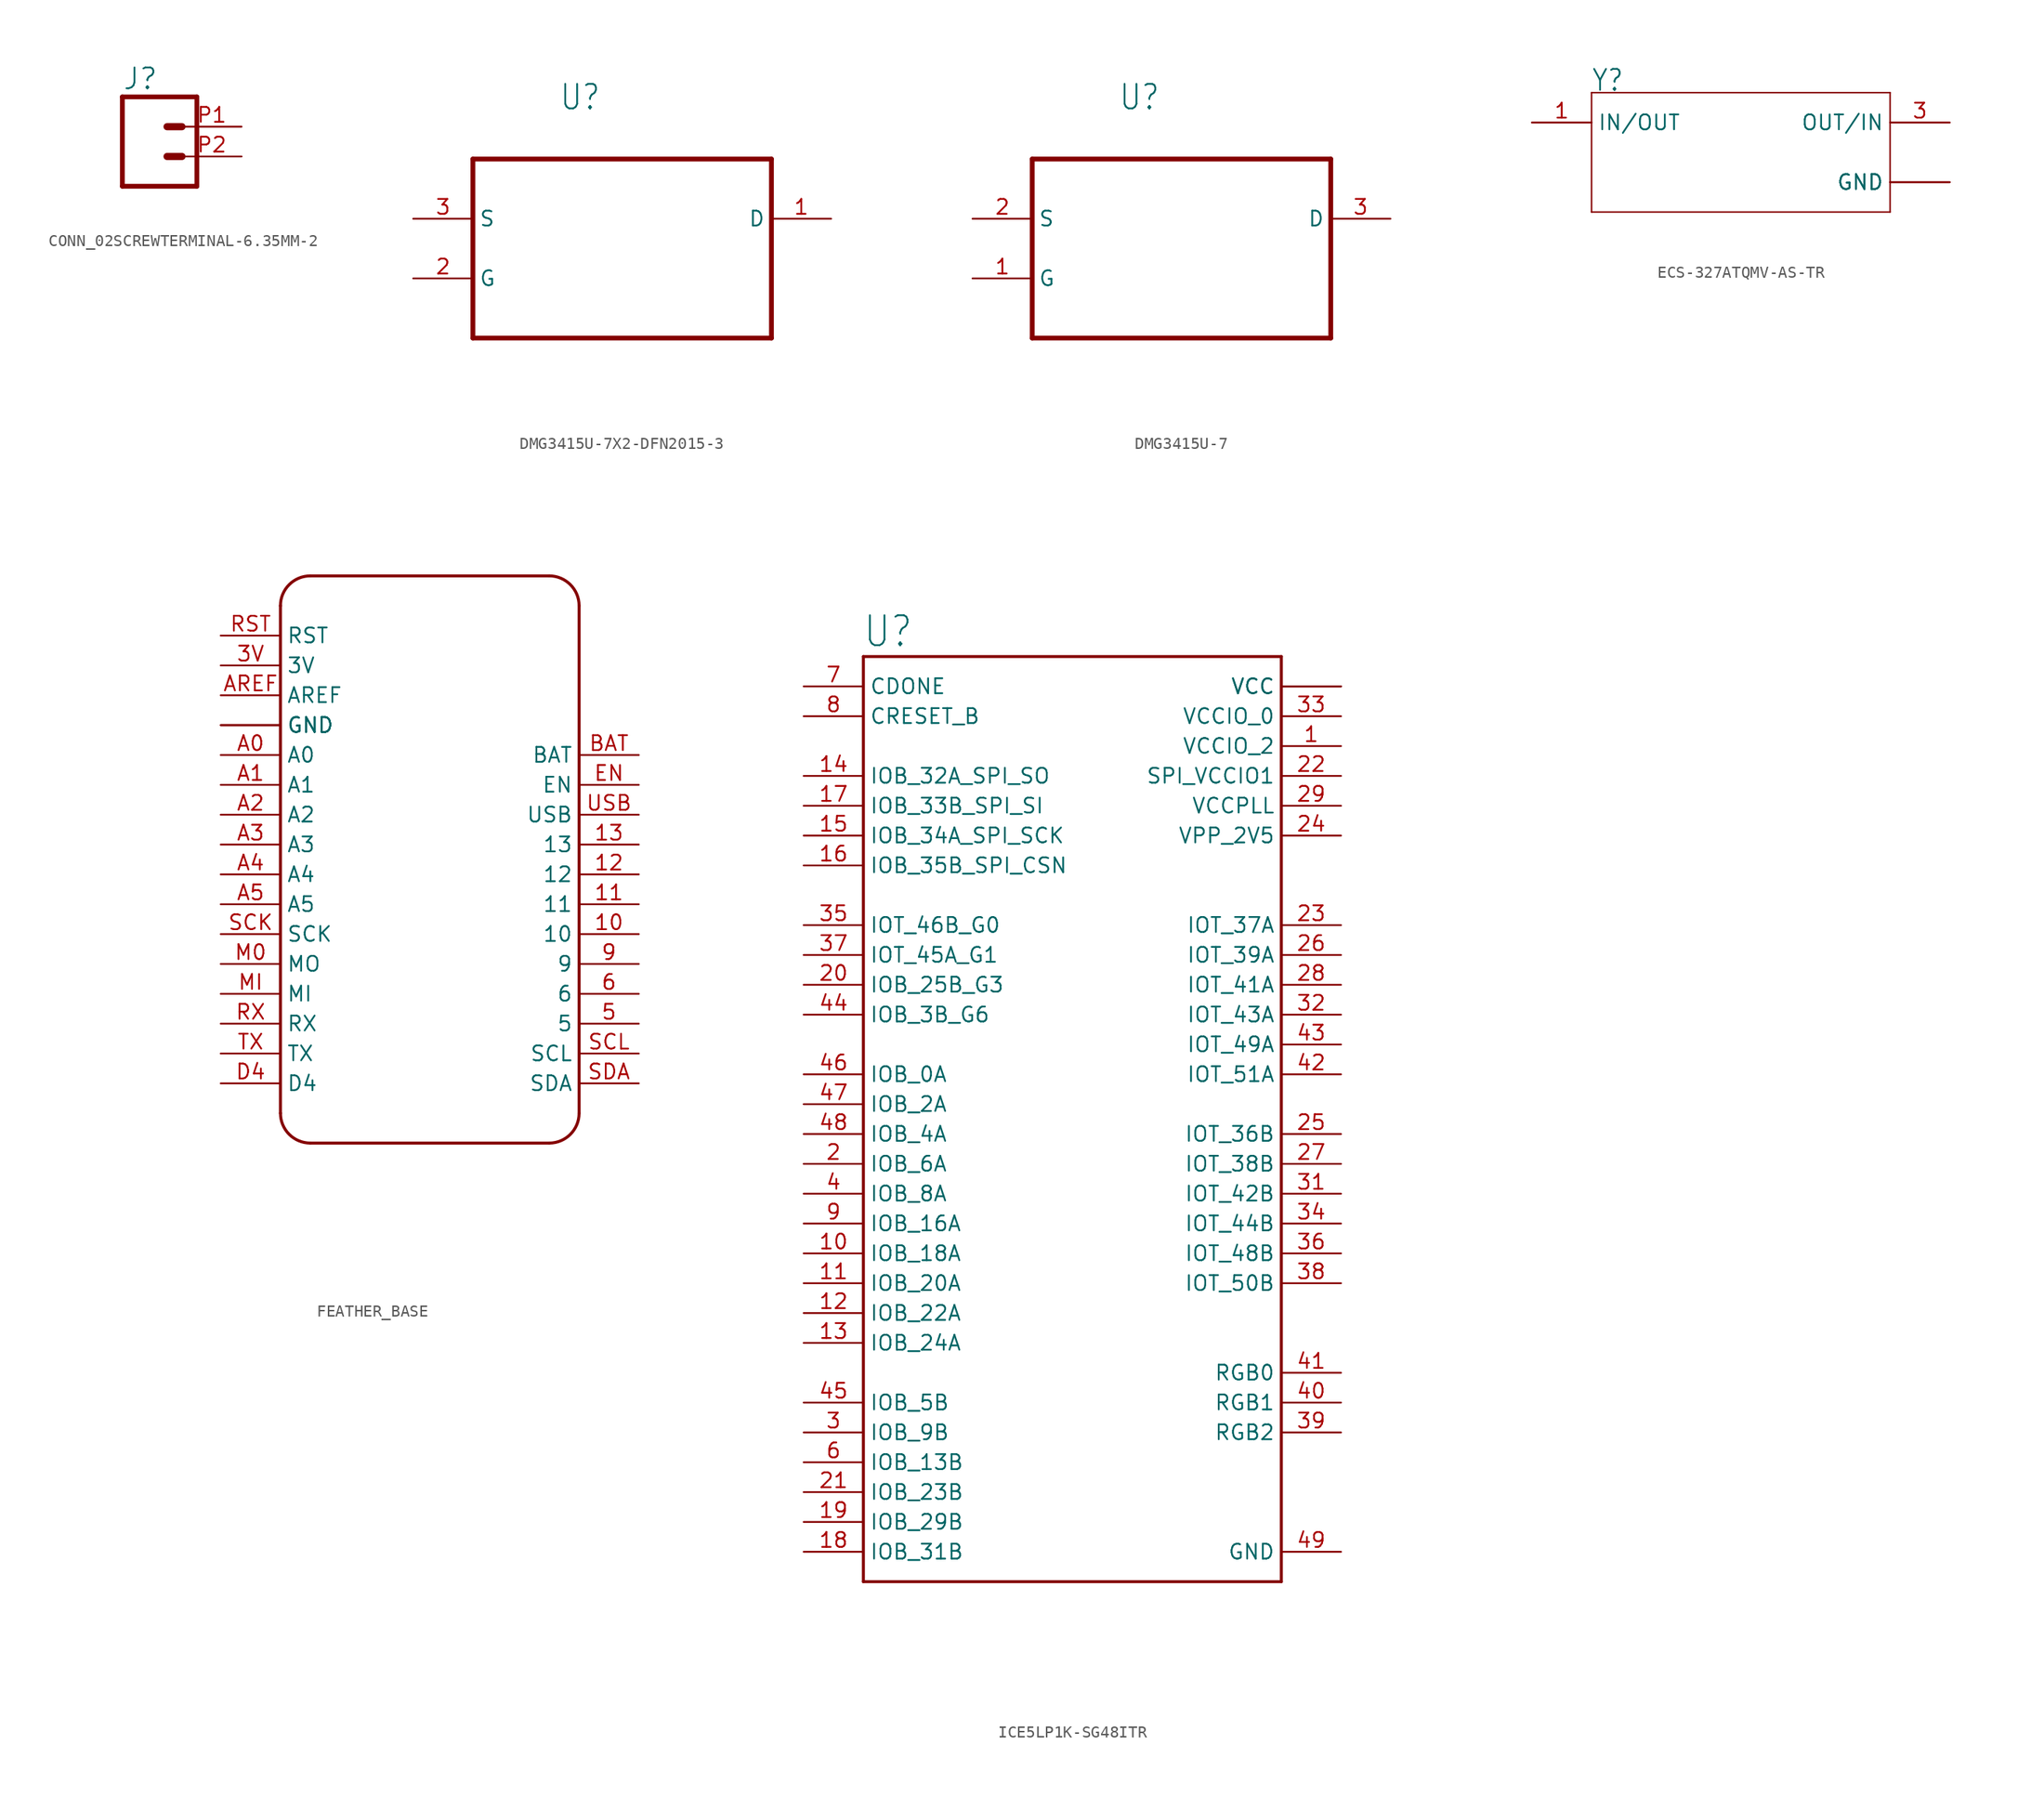
<source format=kicad_sym>
(kicad_symbol_lib
  (version 20231120)
  (generator "kicad_symbol_editor")
  (generator_version "8.0")
  (symbol "CONN_02SCREWTERMINAL-6.35MM-2"
    (property "Reference" "J"
      (at -2.54 5.588 0)
      (effects (font (size 1.778 1.778)) (justify left bottom)))
    (property "Value" ""
      (at -2.54 -4.826 0)
      (effects (font (size 1.778 1.778)) (justify left bottom)))
    (property "ki_locked" ""
      (at 0 0 0)
      (effects (font (size 1.27 1.27))))
    (symbol "CONN_02SCREWTERMINAL-6.35MM-2_1_0"
      (polyline (pts (xy -2.54 5.08) (xy -2.54 -2.54)) (stroke (width 0.406) (type solid)) (fill (type none)))
      (polyline (pts (xy -2.54 5.08) (xy 3.81 5.08)) (stroke (width 0.406) (type solid)) (fill (type none)))
      (polyline (pts (xy 1.27 0) (xy 2.54 0)) (stroke (width 0.61) (type solid)) (fill (type none)))
      (polyline (pts (xy 1.27 2.54) (xy 2.54 2.54)) (stroke (width 0.61) (type solid)) (fill (type none)))
      (polyline (pts (xy 3.81 -2.54) (xy -2.54 -2.54)) (stroke (width 0.406) (type solid)) (fill (type none)))
      (polyline (pts (xy 3.81 -2.54) (xy 3.81 5.08)) (stroke (width 0.406) (type solid)) (fill (type none)))
      (pin passive line (at 7.62 2.54 180) (length 5.08) (name "2" (effects (font (size 0 0)))) (number "P1" (effects (font (size 1.27 1.27)))))
      (pin passive line (at 7.62 0 180) (length 5.08) (name "1" (effects (font (size 0 0)))) (number "P2" (effects (font (size 1.27 1.27)))))))
  (symbol "DMG3415U-7X2-DFN2015-3"
    (property "Reference" "U"
      (at -5.366 9.129 0)
      (effects (font (size 2.085 1.772)) (justify left bottom)))
    (property "Value" ""
      (at -4.041 -15.327 0)
      (effects (font (size 2.084 1.772)) (justify left bottom)))
    (property "ki_locked" ""
      (at 0 0 0)
      (effects (font (size 1.27 1.27))))
    (symbol "DMG3415U-7X2-DFN2015-3_1_0"
      (polyline (pts (xy -12.7 -10.16) (xy 12.7 -10.16)) (stroke (width 0.406) (type solid)) (fill (type none)))
      (polyline (pts (xy -12.7 5.08) (xy -12.7 -10.16)) (stroke (width 0.406) (type solid)) (fill (type none)))
      (polyline (pts (xy 12.7 -10.16) (xy 12.7 5.08)) (stroke (width 0.406) (type solid)) (fill (type none)))
      (polyline (pts (xy 12.7 5.08) (xy -12.7 5.08)) (stroke (width 0.406) (type solid)) (fill (type none)))
      (pin output line (at 17.78 0 180) (length 5.08) (name "D" (effects (font (size 1.27 1.27)))) (number "1" (effects (font (size 1.27 1.27)))))
      (pin power_in line (at -17.78 -5.08 0) (length 5.08) (name "G" (effects (font (size 1.27 1.27)))) (number "2" (effects (font (size 1.27 1.27)))))
      (pin passive line (at -17.78 0 0) (length 5.08) (name "S" (effects (font (size 1.27 1.27)))) (number "3" (effects (font (size 1.27 1.27)))))))
  (symbol "DMG3415U-7"
    (property "Reference" "U"
      (at -5.366 9.129 0)
      (effects (font (size 2.085 1.772)) (justify left bottom)))
    (property "Value" ""
      (at -4.041 -15.327 0)
      (effects (font (size 2.084 1.772)) (justify left bottom)))
    (property "ki_locked" ""
      (at 0 0 0)
      (effects (font (size 1.27 1.27))))
    (symbol "DMG3415U-7_1_0"
      (polyline (pts (xy -12.7 -10.16) (xy 12.7 -10.16)) (stroke (width 0.406) (type solid)) (fill (type none)))
      (polyline (pts (xy -12.7 5.08) (xy -12.7 -10.16)) (stroke (width 0.406) (type solid)) (fill (type none)))
      (polyline (pts (xy 12.7 -10.16) (xy 12.7 5.08)) (stroke (width 0.406) (type solid)) (fill (type none)))
      (polyline (pts (xy 12.7 5.08) (xy -12.7 5.08)) (stroke (width 0.406) (type solid)) (fill (type none)))
      (pin power_in line (at -17.78 -5.08 0) (length 5.08) (name "G" (effects (font (size 1.27 1.27)))) (number "1" (effects (font (size 1.27 1.27)))))
      (pin passive line (at -17.78 0 0) (length 5.08) (name "S" (effects (font (size 1.27 1.27)))) (number "2" (effects (font (size 1.27 1.27)))))
      (pin output line (at 17.78 0 180) (length 5.08) (name "D" (effects (font (size 1.27 1.27)))) (number "3" (effects (font (size 1.27 1.27)))))))
  (symbol "ECS-327ATQMV-AS-TR"
    (property "Reference" "Y"
      (at -12.728 5.091 0)
      (effects (font (size 1.788 1.52)) (justify left bottom)))
    (property "Value" ""
      (at -12.72 -7.632 0)
      (effects (font (size 1.783 1.515)) (justify left bottom)))
    (property "ki_locked" ""
      (at 0 0 0)
      (effects (font (size 1.27 1.27))))
    (symbol "ECS-327ATQMV-AS-TR_1_0"
      (polyline (pts (xy -12.7 -5.08) (xy 12.7 -5.08)) (stroke (width 0.127) (type solid)) (fill (type none)))
      (polyline (pts (xy -12.7 5.08) (xy -12.7 -5.08)) (stroke (width 0.127) (type solid)) (fill (type none)))
      (polyline (pts (xy 12.7 -5.08) (xy 12.7 5.08)) (stroke (width 0.127) (type solid)) (fill (type none)))
      (polyline (pts (xy 12.7 5.08) (xy -12.7 5.08)) (stroke (width 0.127) (type solid)) (fill (type none)))
      (pin bidirectional line (at -17.78 2.54 0) (length 5.08) (name "IN/OUT" (effects (font (size 1.27 1.27)))) (number "1" (effects (font (size 1.27 1.27)))))
      (pin power_in line (at 17.78 -2.54 180) (length 5.08) (name "GND" (effects (font (size 1.27 1.27)))) (number "2" (effects (font (size 0 0)))))
      (pin bidirectional line (at 17.78 2.54 180) (length 5.08) (name "OUT/IN" (effects (font (size 1.27 1.27)))) (number "3" (effects (font (size 1.27 1.27)))))
      (pin power_in line (at 17.78 -2.54 180) (length 5.08) (name "GND" (effects (font (size 1.27 1.27)))) (number "4" (effects (font (size 0 0)))))))
  (symbol "FEATHER_BASE"
    (property "Reference" ""
      (at -27.94 28.194 0)
      (effects (font (size 1.778 1.511)) (justify left bottom) (hide yes)))
    (property "Value" ""
      (at -27.94 -27.94 0)
      (effects (font (size 1.778 1.511)) (justify left bottom)))
    (property "ki_locked" ""
      (at 0 0 0)
      (effects (font (size 1.27 1.27))))
    (symbol "FEATHER_BASE_1_0"
      (arc (start -12.7 -17.78) (mid -11.9561 -19.5761) (end -10.16 -20.32) (stroke (width 0.254) (type solid)) (fill (type none)))
      (arc (start -10.16 27.94) (mid -11.9561 27.1961) (end -12.7 25.4) (stroke (width 0.254) (type solid)) (fill (type none)))
      (polyline (pts (xy -12.7 -17.78) (xy -12.7 25.4)) (stroke (width 0.254) (type solid)) (fill (type none)))
      (polyline (pts (xy -10.16 27.94) (xy 10.16 27.94)) (stroke (width 0.254) (type solid)) (fill (type none)))
      (polyline (pts (xy 10.16 -20.32) (xy -10.16 -20.32)) (stroke (width 0.254) (type solid)) (fill (type none)))
      (polyline (pts (xy 12.7 25.4) (xy 12.7 -17.78)) (stroke (width 0.254) (type solid)) (fill (type none)))
      (arc (start 10.16 -20.32) (mid 11.9561 -19.5761) (end 12.7 -17.78) (stroke (width 0.254) (type solid)) (fill (type none)))
      (arc (start 12.7 25.4) (mid 11.9561 27.1961) (end 10.16 27.94) (stroke (width 0.254) (type solid)) (fill (type none)))
      (pin bidirectional line (at 17.78 -2.54 180) (length 5.08) (name "10" (effects (font (size 1.27 1.27)))) (number "10" (effects (font (size 1.27 1.27)))))
      (pin bidirectional line (at 17.78 0 180) (length 5.08) (name "11" (effects (font (size 1.27 1.27)))) (number "11" (effects (font (size 1.27 1.27)))))
      (pin bidirectional line (at 17.78 2.54 180) (length 5.08) (name "12" (effects (font (size 1.27 1.27)))) (number "12" (effects (font (size 1.27 1.27)))))
      (pin bidirectional line (at 17.78 5.08 180) (length 5.08) (name "13" (effects (font (size 1.27 1.27)))) (number "13" (effects (font (size 1.27 1.27)))))
      (pin bidirectional line (at -17.78 20.32 0) (length 5.08) (name "3V" (effects (font (size 1.27 1.27)))) (number "3V" (effects (font (size 1.27 1.27)))))
      (pin bidirectional line (at 17.78 -10.16 180) (length 5.08) (name "5" (effects (font (size 1.27 1.27)))) (number "5" (effects (font (size 1.27 1.27)))))
      (pin bidirectional line (at 17.78 -7.62 180) (length 5.08) (name "6" (effects (font (size 1.27 1.27)))) (number "6" (effects (font (size 1.27 1.27)))))
      (pin bidirectional line (at 17.78 -5.08 180) (length 5.08) (name "9" (effects (font (size 1.27 1.27)))) (number "9" (effects (font (size 1.27 1.27)))))
      (pin bidirectional line (at -17.78 12.7 0) (length 5.08) (name "A0" (effects (font (size 1.27 1.27)))) (number "A0" (effects (font (size 1.27 1.27)))))
      (pin bidirectional line (at -17.78 10.16 0) (length 5.08) (name "A1" (effects (font (size 1.27 1.27)))) (number "A1" (effects (font (size 1.27 1.27)))))
      (pin bidirectional line (at -17.78 7.62 0) (length 5.08) (name "A2" (effects (font (size 1.27 1.27)))) (number "A2" (effects (font (size 1.27 1.27)))))
      (pin bidirectional line (at -17.78 5.08 0) (length 5.08) (name "A3" (effects (font (size 1.27 1.27)))) (number "A3" (effects (font (size 1.27 1.27)))))
      (pin bidirectional line (at -17.78 2.54 0) (length 5.08) (name "A4" (effects (font (size 1.27 1.27)))) (number "A4" (effects (font (size 1.27 1.27)))))
      (pin bidirectional line (at -17.78 0 0) (length 5.08) (name "A5" (effects (font (size 1.27 1.27)))) (number "A5" (effects (font (size 1.27 1.27)))))
      (pin bidirectional line (at -17.78 17.78 0) (length 5.08) (name "AREF" (effects (font (size 1.27 1.27)))) (number "AREF" (effects (font (size 1.27 1.27)))))
      (pin bidirectional line (at 17.78 12.7 180) (length 5.08) (name "BAT" (effects (font (size 1.27 1.27)))) (number "BAT" (effects (font (size 1.27 1.27)))))
      (pin bidirectional line (at -17.78 -15.24 0) (length 5.08) (name "D4" (effects (font (size 1.27 1.27)))) (number "D4" (effects (font (size 1.27 1.27)))))
      (pin bidirectional line (at 17.78 10.16 180) (length 5.08) (name "EN" (effects (font (size 1.27 1.27)))) (number "EN" (effects (font (size 1.27 1.27)))))
      (pin bidirectional line (at -17.78 15.24 0) (length 5.08) (name "GND" (effects (font (size 1.27 1.27)))) (number "GND" (effects (font (size 0 0)))))
      (pin bidirectional line (at -17.78 -5.08 0) (length 5.08) (name "MO" (effects (font (size 1.27 1.27)))) (number "M0" (effects (font (size 1.27 1.27)))))
      (pin bidirectional line (at -17.78 -7.62 0) (length 5.08) (name "MI" (effects (font (size 1.27 1.27)))) (number "MI" (effects (font (size 1.27 1.27)))))
      (pin bidirectional line (at -17.78 15.24 0) (length 5.08) (name "GND" (effects (font (size 1.27 1.27)))) (number "P$1" (effects (font (size 0 0)))))
      (pin bidirectional line (at -17.78 15.24 0) (length 5.08) (name "GND" (effects (font (size 1.27 1.27)))) (number "P$2" (effects (font (size 0 0)))))
      (pin bidirectional line (at -17.78 22.86 0) (length 5.08) (name "RST" (effects (font (size 1.27 1.27)))) (number "RST" (effects (font (size 1.27 1.27)))))
      (pin bidirectional line (at -17.78 -10.16 0) (length 5.08) (name "RX" (effects (font (size 1.27 1.27)))) (number "RX" (effects (font (size 1.27 1.27)))))
      (pin bidirectional line (at -17.78 -2.54 0) (length 5.08) (name "SCK" (effects (font (size 1.27 1.27)))) (number "SCK" (effects (font (size 1.27 1.27)))))
      (pin bidirectional line (at 17.78 -12.7 180) (length 5.08) (name "SCL" (effects (font (size 1.27 1.27)))) (number "SCL" (effects (font (size 1.27 1.27)))))
      (pin bidirectional line (at 17.78 -15.24 180) (length 5.08) (name "SDA" (effects (font (size 1.27 1.27)))) (number "SDA" (effects (font (size 1.27 1.27)))))
      (pin bidirectional line (at -17.78 -12.7 0) (length 5.08) (name "TX" (effects (font (size 1.27 1.27)))) (number "TX" (effects (font (size 1.27 1.27)))))
      (pin bidirectional line (at 17.78 7.62 180) (length 5.08) (name "USB" (effects (font (size 1.27 1.27)))) (number "USB" (effects (font (size 1.27 1.27)))))))
  (symbol "ICE5LP1K-SG48ITR"
    (property "Reference" "U"
      (at -17.84 41.288 0)
      (effects (font (size 2.549 2.166)) (justify left bottom)))
    (property "Value" ""
      (at -17.818 -41.236 0)
      (effects (font (size 2.545 2.163)) (justify left bottom)))
    (property "ki_locked" ""
      (at 0 0 0)
      (effects (font (size 1.27 1.27))))
    (symbol "ICE5LP1K-SG48ITR_1_0"
      (polyline (pts (xy -17.78 -38.1) (xy -17.78 40.64)) (stroke (width 0.254) (type solid)) (fill (type none)))
      (polyline (pts (xy -17.78 40.64) (xy 17.78 40.64)) (stroke (width 0.254) (type solid)) (fill (type none)))
      (polyline (pts (xy 17.78 -38.1) (xy -17.78 -38.1)) (stroke (width 0.254) (type solid)) (fill (type none)))
      (polyline (pts (xy 17.78 40.64) (xy 17.78 -38.1)) (stroke (width 0.254) (type solid)) (fill (type none)))
      (pin power_in line (at 22.86 33.02 180) (length 5.08) (name "VCCIO_2" (effects (font (size 1.27 1.27)))) (number "1" (effects (font (size 1.27 1.27)))))
      (pin bidirectional line (at -22.86 -10.16 0) (length 5.08) (name "IOB_18A" (effects (font (size 1.27 1.27)))) (number "10" (effects (font (size 1.27 1.27)))))
      (pin bidirectional line (at -22.86 -12.7 0) (length 5.08) (name "IOB_20A" (effects (font (size 1.27 1.27)))) (number "11" (effects (font (size 1.27 1.27)))))
      (pin bidirectional line (at -22.86 -15.24 0) (length 5.08) (name "IOB_22A" (effects (font (size 1.27 1.27)))) (number "12" (effects (font (size 1.27 1.27)))))
      (pin bidirectional line (at -22.86 -17.78 0) (length 5.08) (name "IOB_24A" (effects (font (size 1.27 1.27)))) (number "13" (effects (font (size 1.27 1.27)))))
      (pin bidirectional line (at -22.86 30.48 0) (length 5.08) (name "IOB_32A_SPI_SO" (effects (font (size 1.27 1.27)))) (number "14" (effects (font (size 1.27 1.27)))))
      (pin bidirectional line (at -22.86 25.4 0) (length 5.08) (name "IOB_34A_SPI_SCK" (effects (font (size 1.27 1.27)))) (number "15" (effects (font (size 1.27 1.27)))))
      (pin bidirectional line (at -22.86 22.86 0) (length 5.08) (name "IOB_35B_SPI_CSN" (effects (font (size 1.27 1.27)))) (number "16" (effects (font (size 1.27 1.27)))))
      (pin bidirectional line (at -22.86 27.94 0) (length 5.08) (name "IOB_33B_SPI_SI" (effects (font (size 1.27 1.27)))) (number "17" (effects (font (size 1.27 1.27)))))
      (pin bidirectional line (at -22.86 -35.56 0) (length 5.08) (name "IOB_31B" (effects (font (size 1.27 1.27)))) (number "18" (effects (font (size 1.27 1.27)))))
      (pin bidirectional line (at -22.86 -33.02 0) (length 5.08) (name "IOB_29B" (effects (font (size 1.27 1.27)))) (number "19" (effects (font (size 1.27 1.27)))))
      (pin bidirectional line (at -22.86 -2.54 0) (length 5.08) (name "IOB_6A" (effects (font (size 1.27 1.27)))) (number "2" (effects (font (size 1.27 1.27)))))
      (pin bidirectional line (at -22.86 12.7 0) (length 5.08) (name "IOB_25B_G3" (effects (font (size 1.27 1.27)))) (number "20" (effects (font (size 1.27 1.27)))))
      (pin bidirectional line (at -22.86 -30.48 0) (length 5.08) (name "IOB_23B" (effects (font (size 1.27 1.27)))) (number "21" (effects (font (size 1.27 1.27)))))
      (pin power_in line (at 22.86 30.48 180) (length 5.08) (name "SPI_VCCIO1" (effects (font (size 1.27 1.27)))) (number "22" (effects (font (size 1.27 1.27)))))
      (pin bidirectional line (at 22.86 17.78 180) (length 5.08) (name "IOT_37A" (effects (font (size 1.27 1.27)))) (number "23" (effects (font (size 1.27 1.27)))))
      (pin power_in line (at 22.86 25.4 180) (length 5.08) (name "VPP_2V5" (effects (font (size 1.27 1.27)))) (number "24" (effects (font (size 1.27 1.27)))))
      (pin bidirectional line (at 22.86 0 180) (length 5.08) (name "IOT_36B" (effects (font (size 1.27 1.27)))) (number "25" (effects (font (size 1.27 1.27)))))
      (pin bidirectional line (at 22.86 15.24 180) (length 5.08) (name "IOT_39A" (effects (font (size 1.27 1.27)))) (number "26" (effects (font (size 1.27 1.27)))))
      (pin bidirectional line (at 22.86 -2.54 180) (length 5.08) (name "IOT_38B" (effects (font (size 1.27 1.27)))) (number "27" (effects (font (size 1.27 1.27)))))
      (pin bidirectional line (at 22.86 12.7 180) (length 5.08) (name "IOT_41A" (effects (font (size 1.27 1.27)))) (number "28" (effects (font (size 1.27 1.27)))))
      (pin power_in line (at 22.86 27.94 180) (length 5.08) (name "VCCPLL" (effects (font (size 1.27 1.27)))) (number "29" (effects (font (size 1.27 1.27)))))
      (pin bidirectional line (at -22.86 -25.4 0) (length 5.08) (name "IOB_9B" (effects (font (size 1.27 1.27)))) (number "3" (effects (font (size 1.27 1.27)))))
      (pin power_in line (at 22.86 38.1 180) (length 5.08) (name "VCC" (effects (font (size 1.27 1.27)))) (number "30" (effects (font (size 0 0)))))
      (pin bidirectional line (at 22.86 -5.08 180) (length 5.08) (name "IOT_42B" (effects (font (size 1.27 1.27)))) (number "31" (effects (font (size 1.27 1.27)))))
      (pin bidirectional line (at 22.86 10.16 180) (length 5.08) (name "IOT_43A" (effects (font (size 1.27 1.27)))) (number "32" (effects (font (size 1.27 1.27)))))
      (pin power_in line (at 22.86 35.56 180) (length 5.08) (name "VCCIO_0" (effects (font (size 1.27 1.27)))) (number "33" (effects (font (size 1.27 1.27)))))
      (pin bidirectional line (at 22.86 -7.62 180) (length 5.08) (name "IOT_44B" (effects (font (size 1.27 1.27)))) (number "34" (effects (font (size 1.27 1.27)))))
      (pin bidirectional line (at -22.86 17.78 0) (length 5.08) (name "IOT_46B_G0" (effects (font (size 1.27 1.27)))) (number "35" (effects (font (size 1.27 1.27)))))
      (pin bidirectional line (at 22.86 -10.16 180) (length 5.08) (name "IOT_48B" (effects (font (size 1.27 1.27)))) (number "36" (effects (font (size 1.27 1.27)))))
      (pin bidirectional line (at -22.86 15.24 0) (length 5.08) (name "IOT_45A_G1" (effects (font (size 1.27 1.27)))) (number "37" (effects (font (size 1.27 1.27)))))
      (pin bidirectional line (at 22.86 -12.7 180) (length 5.08) (name "IOT_50B" (effects (font (size 1.27 1.27)))) (number "38" (effects (font (size 1.27 1.27)))))
      (pin passive line (at 22.86 -25.4 180) (length 5.08) (name "RGB2" (effects (font (size 1.27 1.27)))) (number "39" (effects (font (size 1.27 1.27)))))
      (pin bidirectional line (at -22.86 -5.08 0) (length 5.08) (name "IOB_8A" (effects (font (size 1.27 1.27)))) (number "4" (effects (font (size 1.27 1.27)))))
      (pin passive line (at 22.86 -22.86 180) (length 5.08) (name "RGB1" (effects (font (size 1.27 1.27)))) (number "40" (effects (font (size 1.27 1.27)))))
      (pin passive line (at 22.86 -20.32 180) (length 5.08) (name "RGB0" (effects (font (size 1.27 1.27)))) (number "41" (effects (font (size 1.27 1.27)))))
      (pin bidirectional line (at 22.86 5.08 180) (length 5.08) (name "IOT_51A" (effects (font (size 1.27 1.27)))) (number "42" (effects (font (size 1.27 1.27)))))
      (pin bidirectional line (at 22.86 7.62 180) (length 5.08) (name "IOT_49A" (effects (font (size 1.27 1.27)))) (number "43" (effects (font (size 1.27 1.27)))))
      (pin bidirectional line (at -22.86 10.16 0) (length 5.08) (name "IOB_3B_G6" (effects (font (size 1.27 1.27)))) (number "44" (effects (font (size 1.27 1.27)))))
      (pin bidirectional line (at -22.86 -22.86 0) (length 5.08) (name "IOB_5B" (effects (font (size 1.27 1.27)))) (number "45" (effects (font (size 1.27 1.27)))))
      (pin bidirectional line (at -22.86 5.08 0) (length 5.08) (name "IOB_0A" (effects (font (size 1.27 1.27)))) (number "46" (effects (font (size 1.27 1.27)))))
      (pin bidirectional line (at -22.86 2.54 0) (length 5.08) (name "IOB_2A" (effects (font (size 1.27 1.27)))) (number "47" (effects (font (size 1.27 1.27)))))
      (pin bidirectional line (at -22.86 0 0) (length 5.08) (name "IOB_4A" (effects (font (size 1.27 1.27)))) (number "48" (effects (font (size 1.27 1.27)))))
      (pin power_in line (at 22.86 -35.56 180) (length 5.08) (name "GND" (effects (font (size 1.27 1.27)))) (number "49" (effects (font (size 1.27 1.27)))))
      (pin power_in line (at 22.86 38.1 180) (length 5.08) (name "VCC" (effects (font (size 1.27 1.27)))) (number "5" (effects (font (size 0 0)))))
      (pin bidirectional line (at -22.86 -27.94 0) (length 5.08) (name "IOB_13B" (effects (font (size 1.27 1.27)))) (number "6" (effects (font (size 1.27 1.27)))))
      (pin input line (at -22.86 38.1 0) (length 5.08) (name "CDONE" (effects (font (size 1.27 1.27)))) (number "7" (effects (font (size 1.27 1.27)))))
      (pin input line (at -22.86 35.56 0) (length 5.08) (name "CRESET_B" (effects (font (size 1.27 1.27)))) (number "8" (effects (font (size 1.27 1.27)))))
      (pin bidirectional line (at -22.86 -7.62 0) (length 5.08) (name "IOB_16A" (effects (font (size 1.27 1.27)))) (number "9" (effects (font (size 1.27 1.27))))))))
</source>
